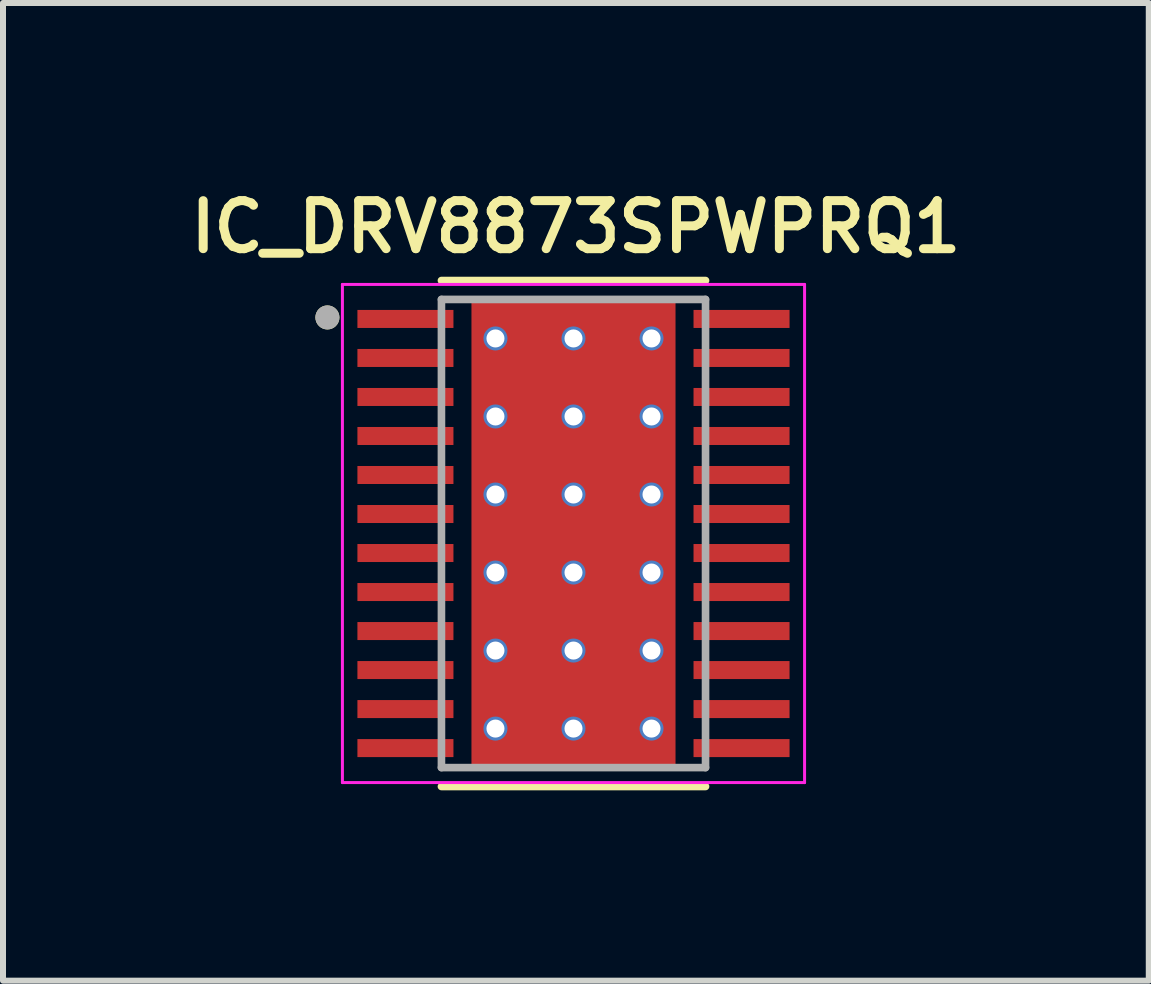
<source format=kicad_pcb>
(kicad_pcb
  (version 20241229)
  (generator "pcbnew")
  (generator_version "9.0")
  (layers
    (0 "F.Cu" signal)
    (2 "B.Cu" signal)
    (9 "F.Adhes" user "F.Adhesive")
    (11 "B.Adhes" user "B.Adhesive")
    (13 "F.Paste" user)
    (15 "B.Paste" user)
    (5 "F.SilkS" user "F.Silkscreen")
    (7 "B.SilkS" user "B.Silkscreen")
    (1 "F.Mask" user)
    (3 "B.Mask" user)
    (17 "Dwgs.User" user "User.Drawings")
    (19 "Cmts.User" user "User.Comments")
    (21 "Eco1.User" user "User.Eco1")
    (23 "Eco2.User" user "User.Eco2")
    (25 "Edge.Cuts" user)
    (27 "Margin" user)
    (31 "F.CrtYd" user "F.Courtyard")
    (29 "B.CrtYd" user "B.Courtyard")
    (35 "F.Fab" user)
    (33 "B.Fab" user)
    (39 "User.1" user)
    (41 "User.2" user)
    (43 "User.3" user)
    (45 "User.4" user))
  (footprint "IC_DRV8873SPWPRQ1"
    (layer "F.Cu")
    (at 6.505 5.839)
    (property "Reference" "IC_DRV8873SPWPRQ1" (at 0.04 -5.108 0) (layer "F.SilkS") (effects (font (size 0.8 0.8) (thickness 0.15))))
    (attr smd)
    (fp_poly (pts (xy -3.02 -4.445) (xy -2.58 -4.445) (xy -2.58 -2.705) (xy -3.02 -2.705)) (stroke (width 0.01) (type solid)) (fill yes) (layer "F.Mask"))
    (fp_poly (pts (xy -3.02 -3.795) (xy -2.58 -3.795) (xy -2.58 -2.055) (xy -3.02 -2.055)) (stroke (width 0.01) (type solid)) (fill yes) (layer "F.Mask"))
    (fp_poly (pts (xy -3.02 -3.145) (xy -2.58 -3.145) (xy -2.58 -1.405) (xy -3.02 -1.405)) (stroke (width 0.01) (type solid)) (fill yes) (layer "F.Mask"))
    (fp_poly (pts (xy -3.02 -2.495) (xy -2.58 -2.495) (xy -2.58 -0.755) (xy -3.02 -0.755)) (stroke (width 0.01) (type solid)) (fill yes) (layer "F.Mask"))
    (fp_poly (pts (xy -3.02 -1.845) (xy -2.58 -1.845) (xy -2.58 -0.105) (xy -3.02 -0.105)) (stroke (width 0.01) (type solid)) (fill yes) (layer "F.Mask"))
    (fp_poly (pts (xy -3.02 -1.195) (xy -2.58 -1.195) (xy -2.58 0.545) (xy -3.02 0.545)) (stroke (width 0.01) (type solid)) (fill yes) (layer "F.Mask"))
    (fp_poly (pts (xy -3.02 -0.545) (xy -2.58 -0.545) (xy -2.58 1.195) (xy -3.02 1.195)) (stroke (width 0.01) (type solid)) (fill yes) (layer "F.Mask"))
    (fp_poly (pts (xy -3.02 0.105) (xy -2.58 0.105) (xy -2.58 1.845) (xy -3.02 1.845)) (stroke (width 0.01) (type solid)) (fill yes) (layer "F.Mask"))
    (fp_poly (pts (xy -3.02 0.755) (xy -2.58 0.755) (xy -2.58 2.495) (xy -3.02 2.495)) (stroke (width 0.01) (type solid)) (fill yes) (layer "F.Mask"))
    (fp_poly (pts (xy -3.02 1.405) (xy -2.58 1.405) (xy -2.58 3.145) (xy -3.02 3.145)) (stroke (width 0.01) (type solid)) (fill yes) (layer "F.Mask"))
    (fp_poly (pts (xy -3.02 2.055) (xy -2.58 2.055) (xy -2.58 3.795) (xy -3.02 3.795)) (stroke (width 0.01) (type solid)) (fill yes) (layer "F.Mask"))
    (fp_poly (pts (xy -3.02 2.705) (xy -2.58 2.705) (xy -2.58 4.445) (xy -3.02 4.445)) (stroke (width 0.01) (type solid)) (fill yes) (layer "F.Mask"))
    (fp_poly (pts (xy -2.63 -1.6) (xy 2.63 -1.6) (xy 2.63 1.6) (xy -2.63 1.6)) (stroke (width 0.01) (type solid)) (fill yes) (layer "F.Mask"))
    (fp_poly (pts (xy 1.93 -3.795) (xy 3.67 -3.795) (xy 3.67 -3.355) (xy 1.93 -3.355)) (stroke (width 0.01) (type solid)) (fill yes) (layer "F.Mask"))
    (fp_poly (pts (xy 1.93 -3.145) (xy 3.67 -3.145) (xy 3.67 -2.705) (xy 1.93 -2.705)) (stroke (width 0.01) (type solid)) (fill yes) (layer "F.Mask"))
    (fp_poly (pts (xy 1.93 -2.495) (xy 3.67 -2.495) (xy 3.67 -2.055) (xy 1.93 -2.055)) (stroke (width 0.01) (type solid)) (fill yes) (layer "F.Mask"))
    (fp_poly (pts (xy 1.93 -1.845) (xy 3.67 -1.845) (xy 3.67 -1.405) (xy 1.93 -1.405)) (stroke (width 0.01) (type solid)) (fill yes) (layer "F.Mask"))
    (fp_poly (pts (xy 1.93 -1.195) (xy 3.67 -1.195) (xy 3.67 -0.755) (xy 1.93 -0.755)) (stroke (width 0.01) (type solid)) (fill yes) (layer "F.Mask"))
    (fp_poly (pts (xy 1.93 -0.545) (xy 3.67 -0.545) (xy 3.67 -0.105) (xy 1.93 -0.105)) (stroke (width 0.01) (type solid)) (fill yes) (layer "F.Mask"))
    (fp_poly (pts (xy 1.93 0.105) (xy 3.67 0.105) (xy 3.67 0.545) (xy 1.93 0.545)) (stroke (width 0.01) (type solid)) (fill yes) (layer "F.Mask"))
    (fp_poly (pts (xy 1.93 0.755) (xy 3.67 0.755) (xy 3.67 1.195) (xy 1.93 1.195)) (stroke (width 0.01) (type solid)) (fill yes) (layer "F.Mask"))
    (fp_poly (pts (xy 1.93 1.405) (xy 3.67 1.405) (xy 3.67 1.845) (xy 1.93 1.845)) (stroke (width 0.01) (type solid)) (fill yes) (layer "F.Mask"))
    (fp_poly (pts (xy 1.93 2.055) (xy 3.67 2.055) (xy 3.67 2.495) (xy 1.93 2.495)) (stroke (width 0.01) (type solid)) (fill yes) (layer "F.Mask"))
    (fp_poly (pts (xy 1.93 2.705) (xy 3.67 2.705) (xy 3.67 3.145) (xy 1.93 3.145)) (stroke (width 0.01) (type solid)) (fill yes) (layer "F.Mask"))
    (fp_poly (pts (xy 1.93 3.355) (xy 3.67 3.355) (xy 3.67 3.795) (xy 1.93 3.795)) (stroke (width 0.01) (type solid)) (fill yes) (layer "F.Mask"))
    (fp_line (start -2.2 -4.215) (end 2.2 -4.215) (stroke (width 0.127) (type solid)) (layer "F.SilkS"))
    (fp_line (start -2.2 4.215) (end 2.2 4.215) (stroke (width 0.127) (type solid)) (layer "F.SilkS"))
    (fp_circle (center -4.1 -3.6) (end -4 -3.6) (stroke (width 0.2) (type solid)) (fill no) (layer "F.SilkS"))
    (fp_poly (pts (xy -2.925 -4.35) (xy -2.675 -4.35) (xy -2.675 -2.8) (xy -2.925 -2.8)) (stroke (width 0.01) (type solid)) (fill yes) (layer "F.Paste"))
    (fp_poly (pts (xy -2.925 -3.7) (xy -2.675 -3.7) (xy -2.675 -2.15) (xy -2.925 -2.15)) (stroke (width 0.01) (type solid)) (fill yes) (layer "F.Paste"))
    (fp_poly (pts (xy -2.925 -3.05) (xy -2.675 -3.05) (xy -2.675 -1.5) (xy -2.925 -1.5)) (stroke (width 0.01) (type solid)) (fill yes) (layer "F.Paste"))
    (fp_poly (pts (xy -2.925 -2.4) (xy -2.675 -2.4) (xy -2.675 -0.85) (xy -2.925 -0.85)) (stroke (width 0.01) (type solid)) (fill yes) (layer "F.Paste"))
    (fp_poly (pts (xy -2.925 -1.75) (xy -2.675 -1.75) (xy -2.675 -0.2) (xy -2.925 -0.2)) (stroke (width 0.01) (type solid)) (fill yes) (layer "F.Paste"))
    (fp_poly (pts (xy -2.925 -1.1) (xy -2.675 -1.1) (xy -2.675 0.45) (xy -2.925 0.45)) (stroke (width 0.01) (type solid)) (fill yes) (layer "F.Paste"))
    (fp_poly (pts (xy -2.925 -0.45) (xy -2.675 -0.45) (xy -2.675 1.1) (xy -2.925 1.1)) (stroke (width 0.01) (type solid)) (fill yes) (layer "F.Paste"))
    (fp_poly (pts (xy -2.925 0.2) (xy -2.675 0.2) (xy -2.675 1.75) (xy -2.925 1.75)) (stroke (width 0.01) (type solid)) (fill yes) (layer "F.Paste"))
    (fp_poly (pts (xy -2.925 0.85) (xy -2.675 0.85) (xy -2.675 2.4) (xy -2.925 2.4)) (stroke (width 0.01) (type solid)) (fill yes) (layer "F.Paste"))
    (fp_poly (pts (xy -2.925 1.5) (xy -2.675 1.5) (xy -2.675 3.05) (xy -2.925 3.05)) (stroke (width 0.01) (type solid)) (fill yes) (layer "F.Paste"))
    (fp_poly (pts (xy -2.925 2.15) (xy -2.675 2.15) (xy -2.675 3.7) (xy -2.925 3.7)) (stroke (width 0.01) (type solid)) (fill yes) (layer "F.Paste"))
    (fp_poly (pts (xy -2.925 2.8) (xy -2.675 2.8) (xy -2.675 4.35) (xy -2.925 4.35)) (stroke (width 0.01) (type solid)) (fill yes) (layer "F.Paste"))
    (fp_poly (pts (xy -2.63 -1.6) (xy 2.63 -1.6) (xy 2.63 1.6) (xy -2.63 1.6)) (stroke (width 0.01) (type solid)) (fill yes) (layer "F.Paste"))
    (fp_poly (pts (xy 2.025 -3.7) (xy 3.575 -3.7) (xy 3.575 -3.45) (xy 2.025 -3.45)) (stroke (width 0.01) (type solid)) (fill yes) (layer "F.Paste"))
    (fp_poly (pts (xy 2.025 -3.05) (xy 3.575 -3.05) (xy 3.575 -2.8) (xy 2.025 -2.8)) (stroke (width 0.01) (type solid)) (fill yes) (layer "F.Paste"))
    (fp_poly (pts (xy 2.025 -2.4) (xy 3.575 -2.4) (xy 3.575 -2.15) (xy 2.025 -2.15)) (stroke (width 0.01) (type solid)) (fill yes) (layer "F.Paste"))
    (fp_poly (pts (xy 2.025 -1.75) (xy 3.575 -1.75) (xy 3.575 -1.5) (xy 2.025 -1.5)) (stroke (width 0.01) (type solid)) (fill yes) (layer "F.Paste"))
    (fp_poly (pts (xy 2.025 -1.1) (xy 3.575 -1.1) (xy 3.575 -0.85) (xy 2.025 -0.85)) (stroke (width 0.01) (type solid)) (fill yes) (layer "F.Paste"))
    (fp_poly (pts (xy 2.025 -0.45) (xy 3.575 -0.45) (xy 3.575 -0.2) (xy 2.025 -0.2)) (stroke (width 0.01) (type solid)) (fill yes) (layer "F.Paste"))
    (fp_poly (pts (xy 2.025 0.2) (xy 3.575 0.2) (xy 3.575 0.45) (xy 2.025 0.45)) (stroke (width 0.01) (type solid)) (fill yes) (layer "F.Paste"))
    (fp_poly (pts (xy 2.025 0.85) (xy 3.575 0.85) (xy 3.575 1.1) (xy 2.025 1.1)) (stroke (width 0.01) (type solid)) (fill yes) (layer "F.Paste"))
    (fp_poly (pts (xy 2.025 1.5) (xy 3.575 1.5) (xy 3.575 1.75) (xy 2.025 1.75)) (stroke (width 0.01) (type solid)) (fill yes) (layer "F.Paste"))
    (fp_poly (pts (xy 2.025 2.15) (xy 3.575 2.15) (xy 3.575 2.4) (xy 2.025 2.4)) (stroke (width 0.01) (type solid)) (fill yes) (layer "F.Paste"))
    (fp_poly (pts (xy 2.025 2.8) (xy 3.575 2.8) (xy 3.575 3.05) (xy 2.025 3.05)) (stroke (width 0.01) (type solid)) (fill yes) (layer "F.Paste"))
    (fp_poly (pts (xy 2.025 3.45) (xy 3.575 3.45) (xy 3.575 3.7) (xy 2.025 3.7)) (stroke (width 0.01) (type solid)) (fill yes) (layer "F.Paste"))
    (fp_line (start -3.85 -4.15) (end 3.85 -4.15) (stroke (width 0.05) (type solid)) (layer "F.CrtYd"))
    (fp_line (start -3.85 4.15) (end -3.85 -4.15) (stroke (width 0.05) (type solid)) (layer "F.CrtYd"))
    (fp_line (start 3.85 -4.15) (end 3.85 4.15) (stroke (width 0.05) (type solid)) (layer "F.CrtYd"))
    (fp_line (start 3.85 4.15) (end -3.85 4.15) (stroke (width 0.05) (type solid)) (layer "F.CrtYd"))
    (fp_line (start -2.2 -3.9) (end 2.2 -3.9) (stroke (width 0.127) (type solid)) (layer "F.Fab"))
    (fp_line (start -2.2 3.9) (end -2.2 -3.9) (stroke (width 0.127) (type solid)) (layer "F.Fab"))
    (fp_line (start 2.2 -3.9) (end 2.2 3.9) (stroke (width 0.127) (type solid)) (layer "F.Fab"))
    (fp_line (start 2.2 3.9) (end -2.2 3.9) (stroke (width 0.127) (type solid)) (layer "F.Fab"))
    (fp_circle (center -4.1 -3.6) (end -4 -3.6) (stroke (width 0.2) (type solid)) (fill no) (layer "F.Fab"))
    (pad "1" smd rect (at -2.8 -3.575) (size 1.6 0.3) (layers "F.Cu"))
    (pad "2" smd rect (at -2.8 -2.925) (size 1.6 0.3) (layers "F.Cu"))
    (pad "3" smd rect (at -2.8 -2.275) (size 1.6 0.3) (layers "F.Cu"))
    (pad "4" smd rect (at -2.8 -1.625) (size 1.6 0.3) (layers "F.Cu"))
    (pad "5" smd rect (at -2.8 -0.975) (size 1.6 0.3) (layers "F.Cu"))
    (pad "6" smd rect (at -2.8 -0.325) (size 1.6 0.3) (layers "F.Cu"))
    (pad "7" smd rect (at -2.8 0.325) (size 1.6 0.3) (layers "F.Cu"))
    (pad "8" smd rect (at -2.8 0.975) (size 1.6 0.3) (layers "F.Cu"))
    (pad "9" smd rect (at -2.8 1.625) (size 1.6 0.3) (layers "F.Cu"))
    (pad "10" smd rect (at -2.8 2.275) (size 1.6 0.3) (layers "F.Cu"))
    (pad "11" smd rect (at -2.8 2.925) (size 1.6 0.3) (layers "F.Cu"))
    (pad "12" smd rect (at -2.8 3.575) (size 1.6 0.3) (layers "F.Cu"))
    (pad "13" smd rect (at 2.8 3.575 180) (size 1.6 0.3) (layers "F.Cu"))
    (pad "14" smd rect (at 2.8 2.925 180) (size 1.6 0.3) (layers "F.Cu"))
    (pad "15" smd rect (at 2.8 2.275 180) (size 1.6 0.3) (layers "F.Cu"))
    (pad "16" smd rect (at 2.8 1.625 180) (size 1.6 0.3) (layers "F.Cu"))
    (pad "17" smd rect (at 2.8 0.975 180) (size 1.6 0.3) (layers "F.Cu"))
    (pad "18" smd rect (at 2.8 0.325 180) (size 1.6 0.3) (layers "F.Cu"))
    (pad "19" smd rect (at 2.8 -0.325 180) (size 1.6 0.3) (layers "F.Cu"))
    (pad "20" smd rect (at 2.8 -0.975 180) (size 1.6 0.3) (layers "F.Cu"))
    (pad "21" smd rect (at 2.8 -1.625 180) (size 1.6 0.3) (layers "F.Cu"))
    (pad "22" smd rect (at 2.8 -2.275 180) (size 1.6 0.3) (layers "F.Cu"))
    (pad "23" smd rect (at 2.8 -2.925 180) (size 1.6 0.3) (layers "F.Cu"))
    (pad "24" smd rect (at 2.8 -3.575 180) (size 1.6 0.3) (layers "F.Cu"))
    (pad "25" smd rect (at 0 0 270) (size 7.8 3.4) (layers "F.Cu"))
    (pad "25.1" thru_hole circle (at 1.3 -3.25) (size 0.4 0.4) (drill 0.3) (layers "*.Cu" "*.Mask"))
    (pad "25.2" thru_hole circle (at 1.3 -1.95) (size 0.4 0.4) (drill 0.3) (layers "*.Cu" "*.Mask"))
    (pad "25.3" thru_hole circle (at 1.3 -0.65) (size 0.4 0.4) (drill 0.3) (layers "*.Cu" "*.Mask"))
    (pad "25.4" thru_hole circle (at 1.3 0.65) (size 0.4 0.4) (drill 0.3) (layers "*.Cu" "*.Mask"))
    (pad "25.5" thru_hole circle (at 1.3 1.95) (size 0.4 0.4) (drill 0.3) (layers "*.Cu" "*.Mask"))
    (pad "25.6" thru_hole circle (at 1.3 3.25) (size 0.4 0.4) (drill 0.3) (layers "*.Cu" "*.Mask"))
    (pad "25.7" thru_hole circle (at 0 -3.25) (size 0.4 0.4) (drill 0.3) (layers "*.Cu" "*.Mask"))
    (pad "25.8" thru_hole circle (at 0 -1.95) (size 0.4 0.4) (drill 0.3) (layers "*.Cu" "*.Mask"))
    (pad "25.9" thru_hole circle (at 0 -0.65) (size 0.4 0.4) (drill 0.3) (layers "*.Cu" "*.Mask"))
    (pad "25.10" thru_hole circle (at 0 0.65) (size 0.4 0.4) (drill 0.3) (layers "*.Cu" "*.Mask"))
    (pad "25.11" thru_hole circle (at 0 1.95) (size 0.4 0.4) (drill 0.3) (layers "*.Cu" "*.Mask"))
    (pad "25.12" thru_hole circle (at 0 3.25) (size 0.4 0.4) (drill 0.3) (layers "*.Cu" "*.Mask"))
    (pad "25.13" thru_hole circle (at -1.3 -3.25) (size 0.4 0.4) (drill 0.3) (layers "*.Cu" "*.Mask"))
    (pad "25.14" thru_hole circle (at -1.3 -1.95) (size 0.4 0.4) (drill 0.3) (layers "*.Cu" "*.Mask"))
    (pad "25.15" thru_hole circle (at -1.3 -0.65) (size 0.4 0.4) (drill 0.3) (layers "*.Cu" "*.Mask"))
    (pad "25.16" thru_hole circle (at -1.3 0.65) (size 0.4 0.4) (drill 0.3) (layers "*.Cu" "*.Mask"))
    (pad "25.17" thru_hole circle (at -1.3 1.95) (size 0.4 0.4) (drill 0.3) (layers "*.Cu" "*.Mask"))
    (pad "25.18" thru_hole circle (at -1.3 3.25) (size 0.4 0.4) (drill 0.3) (layers "*.Cu" "*.Mask")))
  (gr_rect
    (start -3 -3)
    (end 16.09 13.289)
    (stroke (width 0.1) (type default))
    (fill no)
    (layer "Edge.Cuts")))
</source>
